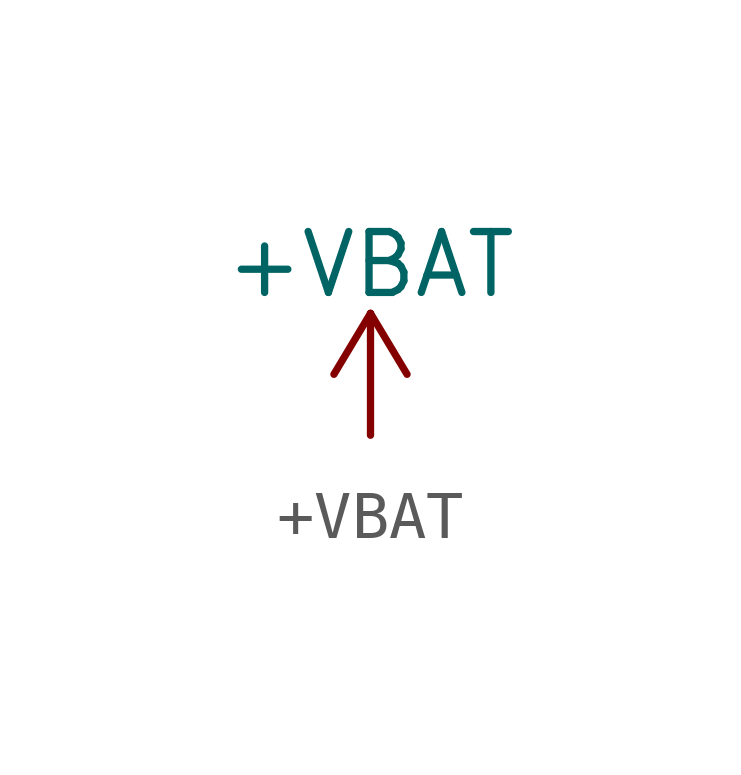
<source format=kicad_sym>
(kicad_symbol_lib
  (version 20211014)
  (generator kicad_symbol_editor)
  (symbol "+VBAT"
    (power)
    (pin_names
      (offset 0))
    (property "Reference" "#PWR"
      (at 0 -3.81 0)
      (effects (font (size 1.27 1.27)) hide))
    (property "Value" "+VBAT"
      (at 0 3.556 0)
      (effects (font (size 1.27 1.27))))
    (symbol "+VBAT_0_1"
      (polyline (pts (xy -0.762 1.27) (xy 0 2.54)) (stroke (width 0) (type default) (color 0 0 0 0)) (fill (type none)))
      (polyline (pts (xy 0 0) (xy 0 2.54)) (stroke (width 0) (type default) (color 0 0 0 0)) (fill (type none)))
      (polyline (pts (xy 0 2.54) (xy 0.762 1.27)) (stroke (width 0) (type default) (color 0 0 0 0)) (fill (type none))))
    (symbol "+VBAT_1_1"
      (pin power_in line (at 0 0 90) (length 0) hide (name "+VSW" (effects (font (size 1.27 1.27)))) (number "1" (effects (font (size 1.27 1.27))))))))
</source>
